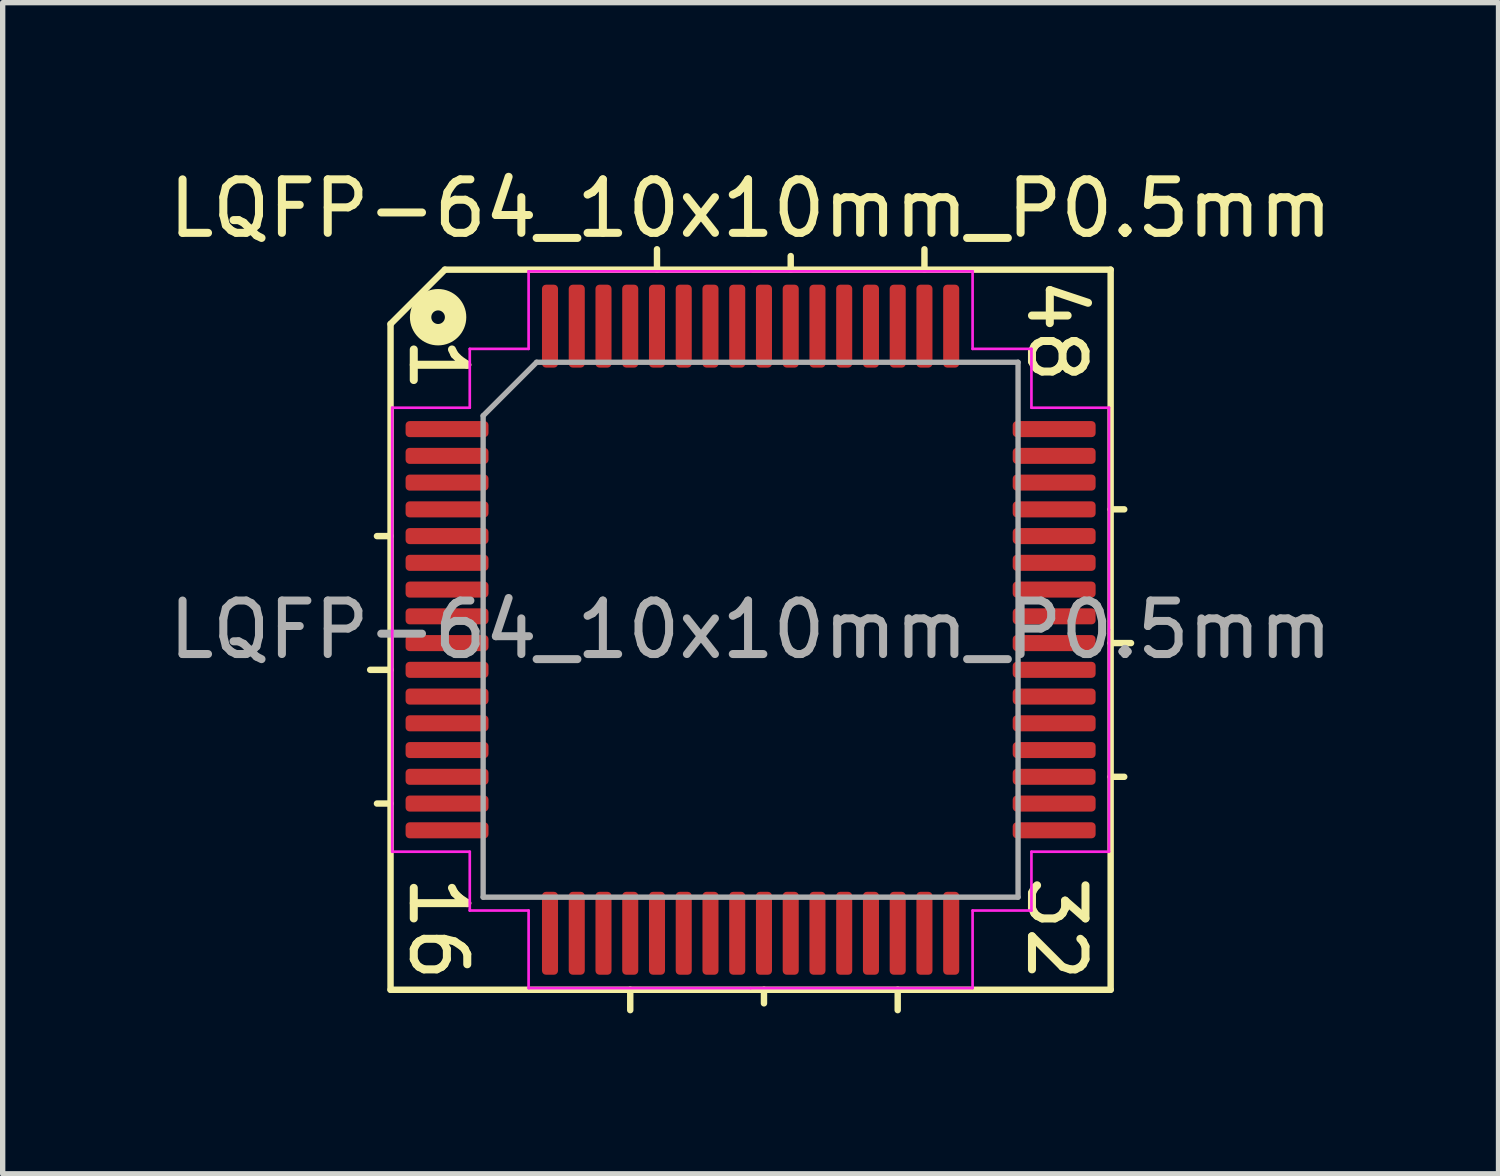
<source format=kicad_pcb>
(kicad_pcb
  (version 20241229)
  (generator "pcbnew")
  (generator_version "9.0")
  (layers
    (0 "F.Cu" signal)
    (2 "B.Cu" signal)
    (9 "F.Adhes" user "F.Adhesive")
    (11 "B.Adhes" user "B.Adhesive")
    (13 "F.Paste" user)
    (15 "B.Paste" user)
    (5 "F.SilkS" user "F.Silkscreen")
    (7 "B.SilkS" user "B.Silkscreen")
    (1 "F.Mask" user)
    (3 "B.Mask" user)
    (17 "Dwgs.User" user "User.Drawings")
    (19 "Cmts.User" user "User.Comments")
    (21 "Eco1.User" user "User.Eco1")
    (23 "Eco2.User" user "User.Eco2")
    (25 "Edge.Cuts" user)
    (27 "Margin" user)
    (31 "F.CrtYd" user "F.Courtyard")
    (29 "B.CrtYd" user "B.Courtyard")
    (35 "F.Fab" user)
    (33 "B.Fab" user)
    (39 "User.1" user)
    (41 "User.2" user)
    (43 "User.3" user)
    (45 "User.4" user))
  (footprint "LQFP-64_10x10mm_P0.5mm"
    (layer "F.Cu")
    (at 10.982 8.722)
    (property "Reference" "LQFP-64_10x10mm_P0.5mm" (at 0 -7.874 0) (layer "F.SilkS") (effects (font (size 1 1) (thickness 0.15))))
    (attr smd)
    (fp_line (start -6.731 -5.715) (end -6.731 6.731) (stroke (width 0.12) (type solid)) (layer "F.SilkS"))
    (fp_line (start -6.731 -1.75) (end -6.985 -1.75) (stroke (width 0.12) (type solid)) (layer "F.SilkS"))
    (fp_line (start -6.731 0.75) (end -7.112 0.75) (stroke (width 0.12) (type solid)) (layer "F.SilkS"))
    (fp_line (start -6.731 3.25) (end -6.985 3.25) (stroke (width 0.12) (type solid)) (layer "F.SilkS"))
    (fp_line (start -6.731 6.731) (end 6.731 6.731) (stroke (width 0.12) (type solid)) (layer "F.SilkS"))
    (fp_line (start -5.715 -6.731) (end -6.731 -5.715) (stroke (width 0.12) (type solid)) (layer "F.SilkS"))
    (fp_line (start -2.25 6.731) (end -2.25 7.112) (stroke (width 0.12) (type solid)) (layer "F.SilkS"))
    (fp_line (start -1.75 -6.731) (end -1.75 -7.112) (stroke (width 0.12) (type solid)) (layer "F.SilkS"))
    (fp_line (start 0.25 6.731) (end 0.25 6.985) (stroke (width 0.12) (type solid)) (layer "F.SilkS"))
    (fp_line (start 0.75 -6.731) (end 0.75 -6.985) (stroke (width 0.12) (type solid)) (layer "F.SilkS"))
    (fp_line (start 2.75 7.112) (end 2.75 6.731) (stroke (width 0.12) (type solid)) (layer "F.SilkS"))
    (fp_line (start 3.25 -6.731) (end 3.25 -7.112) (stroke (width 0.12) (type solid)) (layer "F.SilkS"))
    (fp_line (start 6.731 -6.731) (end -5.715 -6.731) (stroke (width 0.12) (type solid)) (layer "F.SilkS"))
    (fp_line (start 6.731 -2.25) (end 6.985 -2.25) (stroke (width 0.12) (type solid)) (layer "F.SilkS"))
    (fp_line (start 6.731 0.25) (end 7.112 0.25) (stroke (width 0.12) (type solid)) (layer "F.SilkS"))
    (fp_line (start 6.731 2.75) (end 6.985 2.75) (stroke (width 0.12) (type solid)) (layer "F.SilkS"))
    (fp_line (start 6.731 6.731) (end 6.731 -6.731) (stroke (width 0.12) (type solid)) (layer "F.SilkS"))
    (fp_circle (center -5.842 -5.842) (end -5.715 -5.842) (stroke (width 0.4) (type solid)) (fill no) (layer "F.SilkS"))
    (fp_line (start -6.7 -4.15) (end -6.7 0) (stroke (width 0.05) (type solid)) (layer "F.CrtYd"))
    (fp_line (start -6.7 4.15) (end -6.7 0) (stroke (width 0.05) (type solid)) (layer "F.CrtYd"))
    (fp_line (start -5.25 -5.25) (end -5.25 -4.15) (stroke (width 0.05) (type solid)) (layer "F.CrtYd"))
    (fp_line (start -5.25 -4.15) (end -6.7 -4.15) (stroke (width 0.05) (type solid)) (layer "F.CrtYd"))
    (fp_line (start -5.25 4.15) (end -6.7 4.15) (stroke (width 0.05) (type solid)) (layer "F.CrtYd"))
    (fp_line (start -5.25 5.25) (end -5.25 4.15) (stroke (width 0.05) (type solid)) (layer "F.CrtYd"))
    (fp_line (start -4.15 -6.7) (end -4.15 -5.25) (stroke (width 0.05) (type solid)) (layer "F.CrtYd"))
    (fp_line (start -4.15 -5.25) (end -5.25 -5.25) (stroke (width 0.05) (type solid)) (layer "F.CrtYd"))
    (fp_line (start -4.15 5.25) (end -5.25 5.25) (stroke (width 0.05) (type solid)) (layer "F.CrtYd"))
    (fp_line (start -4.15 6.7) (end -4.15 5.25) (stroke (width 0.05) (type solid)) (layer "F.CrtYd"))
    (fp_line (start 0 -6.7) (end -4.15 -6.7) (stroke (width 0.05) (type solid)) (layer "F.CrtYd"))
    (fp_line (start 0 -6.7) (end 4.15 -6.7) (stroke (width 0.05) (type solid)) (layer "F.CrtYd"))
    (fp_line (start 0 6.7) (end -4.15 6.7) (stroke (width 0.05) (type solid)) (layer "F.CrtYd"))
    (fp_line (start 0 6.7) (end 4.15 6.7) (stroke (width 0.05) (type solid)) (layer "F.CrtYd"))
    (fp_line (start 4.15 -6.7) (end 4.15 -5.25) (stroke (width 0.05) (type solid)) (layer "F.CrtYd"))
    (fp_line (start 4.15 -5.25) (end 5.25 -5.25) (stroke (width 0.05) (type solid)) (layer "F.CrtYd"))
    (fp_line (start 4.15 5.25) (end 5.25 5.25) (stroke (width 0.05) (type solid)) (layer "F.CrtYd"))
    (fp_line (start 4.15 6.7) (end 4.15 5.25) (stroke (width 0.05) (type solid)) (layer "F.CrtYd"))
    (fp_line (start 5.25 -5.25) (end 5.25 -4.15) (stroke (width 0.05) (type solid)) (layer "F.CrtYd"))
    (fp_line (start 5.25 -4.15) (end 6.7 -4.15) (stroke (width 0.05) (type solid)) (layer "F.CrtYd"))
    (fp_line (start 5.25 4.15) (end 6.7 4.15) (stroke (width 0.05) (type solid)) (layer "F.CrtYd"))
    (fp_line (start 5.25 5.25) (end 5.25 4.15) (stroke (width 0.05) (type solid)) (layer "F.CrtYd"))
    (fp_line (start 6.7 -4.15) (end 6.7 0) (stroke (width 0.05) (type solid)) (layer "F.CrtYd"))
    (fp_line (start 6.7 4.15) (end 6.7 0) (stroke (width 0.05) (type solid)) (layer "F.CrtYd"))
    (fp_line (start -5 -4) (end -4 -5) (stroke (width 0.1) (type solid)) (layer "F.Fab"))
    (fp_line (start -5 5) (end -5 -4) (stroke (width 0.1) (type solid)) (layer "F.Fab"))
    (fp_line (start -4 -5) (end 5 -5) (stroke (width 0.1) (type solid)) (layer "F.Fab"))
    (fp_line (start 5 -5) (end 5 5) (stroke (width 0.1) (type solid)) (layer "F.Fab"))
    (fp_line (start 5 5) (end -5 5) (stroke (width 0.1) (type solid)) (layer "F.Fab"))
    (fp_text user "16" (at -5.842 5.588 270) (unlocked yes) (layer "F.SilkS") (effects (font (size 1 1) (thickness 0.15))))
    (fp_text user "48" (at 5.715 -5.588 270) (unlocked yes) (layer "F.SilkS") (effects (font (size 1 1) (thickness 0.15))))
    (fp_text user "1" (at -5.842 -4.953 270) (unlocked yes) (layer "F.SilkS") (effects (font (size 1 1) (thickness 0.15))))
    (fp_text user "32" (at 5.715 5.588 270) (unlocked yes) (layer "F.SilkS") (effects (font (size 1 1) (thickness 0.15))))
    (fp_text user "${REFERENCE}" (at 0 0 0) (layer "F.Fab") (effects (font (size 1 1) (thickness 0.15))))
    (pad "1" smd roundrect (at -5.675 -3.75) (size 1.55 0.3) (layers "F.Cu" "F.Mask" "F.Paste") (roundrect_rratio 0.25))
    (pad "2" smd roundrect (at -5.675 -3.25) (size 1.55 0.3) (layers "F.Cu" "F.Mask" "F.Paste") (roundrect_rratio 0.25))
    (pad "3" smd roundrect (at -5.675 -2.75) (size 1.55 0.3) (layers "F.Cu" "F.Mask" "F.Paste") (roundrect_rratio 0.25))
    (pad "4" smd roundrect (at -5.675 -2.25) (size 1.55 0.3) (layers "F.Cu" "F.Mask" "F.Paste") (roundrect_rratio 0.25))
    (pad "5" smd roundrect (at -5.675 -1.75) (size 1.55 0.3) (layers "F.Cu" "F.Mask" "F.Paste") (roundrect_rratio 0.25))
    (pad "6" smd roundrect (at -5.675 -1.25) (size 1.55 0.3) (layers "F.Cu" "F.Mask" "F.Paste") (roundrect_rratio 0.25))
    (pad "7" smd roundrect (at -5.675 -0.75) (size 1.55 0.3) (layers "F.Cu" "F.Mask" "F.Paste") (roundrect_rratio 0.25))
    (pad "8" smd roundrect (at -5.675 -0.25) (size 1.55 0.3) (layers "F.Cu" "F.Mask" "F.Paste") (roundrect_rratio 0.25))
    (pad "9" smd roundrect (at -5.675 0.25) (size 1.55 0.3) (layers "F.Cu" "F.Mask" "F.Paste") (roundrect_rratio 0.25))
    (pad "10" smd roundrect (at -5.675 0.75) (size 1.55 0.3) (layers "F.Cu" "F.Mask" "F.Paste") (roundrect_rratio 0.25))
    (pad "11" smd roundrect (at -5.675 1.25) (size 1.55 0.3) (layers "F.Cu" "F.Mask" "F.Paste") (roundrect_rratio 0.25))
    (pad "12" smd roundrect (at -5.675 1.75) (size 1.55 0.3) (layers "F.Cu" "F.Mask" "F.Paste") (roundrect_rratio 0.25))
    (pad "13" smd roundrect (at -5.675 2.25) (size 1.55 0.3) (layers "F.Cu" "F.Mask" "F.Paste") (roundrect_rratio 0.25))
    (pad "14" smd roundrect (at -5.675 2.75) (size 1.55 0.3) (layers "F.Cu" "F.Mask" "F.Paste") (roundrect_rratio 0.25))
    (pad "15" smd roundrect (at -5.675 3.25) (size 1.55 0.3) (layers "F.Cu" "F.Mask" "F.Paste") (roundrect_rratio 0.25))
    (pad "16" smd roundrect (at -5.675 3.75) (size 1.55 0.3) (layers "F.Cu" "F.Mask" "F.Paste") (roundrect_rratio 0.25))
    (pad "17" smd roundrect (at -3.75 5.675) (size 0.3 1.55) (layers "F.Cu" "F.Mask" "F.Paste") (roundrect_rratio 0.25))
    (pad "18" smd roundrect (at -3.25 5.675) (size 0.3 1.55) (layers "F.Cu" "F.Mask" "F.Paste") (roundrect_rratio 0.25))
    (pad "19" smd roundrect (at -2.75 5.675) (size 0.3 1.55) (layers "F.Cu" "F.Mask" "F.Paste") (roundrect_rratio 0.25))
    (pad "20" smd roundrect (at -2.25 5.675) (size 0.3 1.55) (layers "F.Cu" "F.Mask" "F.Paste") (roundrect_rratio 0.25))
    (pad "21" smd roundrect (at -1.75 5.675) (size 0.3 1.55) (layers "F.Cu" "F.Mask" "F.Paste") (roundrect_rratio 0.25))
    (pad "22" smd roundrect (at -1.25 5.675) (size 0.3 1.55) (layers "F.Cu" "F.Mask" "F.Paste") (roundrect_rratio 0.25))
    (pad "23" smd roundrect (at -0.75 5.675) (size 0.3 1.55) (layers "F.Cu" "F.Mask" "F.Paste") (roundrect_rratio 0.25))
    (pad "24" smd roundrect (at -0.25 5.675) (size 0.3 1.55) (layers "F.Cu" "F.Mask" "F.Paste") (roundrect_rratio 0.25))
    (pad "25" smd roundrect (at 0.25 5.675) (size 0.3 1.55) (layers "F.Cu" "F.Mask" "F.Paste") (roundrect_rratio 0.25))
    (pad "26" smd roundrect (at 0.75 5.675) (size 0.3 1.55) (layers "F.Cu" "F.Mask" "F.Paste") (roundrect_rratio 0.25))
    (pad "27" smd roundrect (at 1.25 5.675) (size 0.3 1.55) (layers "F.Cu" "F.Mask" "F.Paste") (roundrect_rratio 0.25))
    (pad "28" smd roundrect (at 1.75 5.675) (size 0.3 1.55) (layers "F.Cu" "F.Mask" "F.Paste") (roundrect_rratio 0.25))
    (pad "29" smd roundrect (at 2.25 5.675) (size 0.3 1.55) (layers "F.Cu" "F.Mask" "F.Paste") (roundrect_rratio 0.25))
    (pad "30" smd roundrect (at 2.75 5.675) (size 0.3 1.55) (layers "F.Cu" "F.Mask" "F.Paste") (roundrect_rratio 0.25))
    (pad "31" smd roundrect (at 3.25 5.675) (size 0.3 1.55) (layers "F.Cu" "F.Mask" "F.Paste") (roundrect_rratio 0.25))
    (pad "32" smd roundrect (at 3.75 5.675) (size 0.3 1.55) (layers "F.Cu" "F.Mask" "F.Paste") (roundrect_rratio 0.25))
    (pad "33" smd roundrect (at 5.675 3.75) (size 1.55 0.3) (layers "F.Cu" "F.Mask" "F.Paste") (roundrect_rratio 0.25))
    (pad "34" smd roundrect (at 5.675 3.25) (size 1.55 0.3) (layers "F.Cu" "F.Mask" "F.Paste") (roundrect_rratio 0.25))
    (pad "35" smd roundrect (at 5.675 2.75) (size 1.55 0.3) (layers "F.Cu" "F.Mask" "F.Paste") (roundrect_rratio 0.25))
    (pad "36" smd roundrect (at 5.675 2.25) (size 1.55 0.3) (layers "F.Cu" "F.Mask" "F.Paste") (roundrect_rratio 0.25))
    (pad "37" smd roundrect (at 5.675 1.75) (size 1.55 0.3) (layers "F.Cu" "F.Mask" "F.Paste") (roundrect_rratio 0.25))
    (pad "38" smd roundrect (at 5.675 1.25) (size 1.55 0.3) (layers "F.Cu" "F.Mask" "F.Paste") (roundrect_rratio 0.25))
    (pad "39" smd roundrect (at 5.675 0.75) (size 1.55 0.3) (layers "F.Cu" "F.Mask" "F.Paste") (roundrect_rratio 0.25))
    (pad "40" smd roundrect (at 5.675 0.25) (size 1.55 0.3) (layers "F.Cu" "F.Mask" "F.Paste") (roundrect_rratio 0.25))
    (pad "41" smd roundrect (at 5.675 -0.25) (size 1.55 0.3) (layers "F.Cu" "F.Mask" "F.Paste") (roundrect_rratio 0.25))
    (pad "42" smd roundrect (at 5.675 -0.75) (size 1.55 0.3) (layers "F.Cu" "F.Mask" "F.Paste") (roundrect_rratio 0.25))
    (pad "43" smd roundrect (at 5.675 -1.25) (size 1.55 0.3) (layers "F.Cu" "F.Mask" "F.Paste") (roundrect_rratio 0.25))
    (pad "44" smd roundrect (at 5.675 -1.75) (size 1.55 0.3) (layers "F.Cu" "F.Mask" "F.Paste") (roundrect_rratio 0.25))
    (pad "45" smd roundrect (at 5.675 -2.25) (size 1.55 0.3) (layers "F.Cu" "F.Mask" "F.Paste") (roundrect_rratio 0.25))
    (pad "46" smd roundrect (at 5.675 -2.75) (size 1.55 0.3) (layers "F.Cu" "F.Mask" "F.Paste") (roundrect_rratio 0.25))
    (pad "47" smd roundrect (at 5.675 -3.25) (size 1.55 0.3) (layers "F.Cu" "F.Mask" "F.Paste") (roundrect_rratio 0.25))
    (pad "48" smd roundrect (at 5.675 -3.75) (size 1.55 0.3) (layers "F.Cu" "F.Mask" "F.Paste") (roundrect_rratio 0.25))
    (pad "49" smd roundrect (at 3.75 -5.675) (size 0.3 1.55) (layers "F.Cu" "F.Mask" "F.Paste") (roundrect_rratio 0.25))
    (pad "50" smd roundrect (at 3.25 -5.675) (size 0.3 1.55) (layers "F.Cu" "F.Mask" "F.Paste") (roundrect_rratio 0.25))
    (pad "51" smd roundrect (at 2.75 -5.675) (size 0.3 1.55) (layers "F.Cu" "F.Mask" "F.Paste") (roundrect_rratio 0.25))
    (pad "52" smd roundrect (at 2.25 -5.675) (size 0.3 1.55) (layers "F.Cu" "F.Mask" "F.Paste") (roundrect_rratio 0.25))
    (pad "53" smd roundrect (at 1.75 -5.675) (size 0.3 1.55) (layers "F.Cu" "F.Mask" "F.Paste") (roundrect_rratio 0.25))
    (pad "54" smd roundrect (at 1.25 -5.675) (size 0.3 1.55) (layers "F.Cu" "F.Mask" "F.Paste") (roundrect_rratio 0.25))
    (pad "55" smd roundrect (at 0.75 -5.675) (size 0.3 1.55) (layers "F.Cu" "F.Mask" "F.Paste") (roundrect_rratio 0.25))
    (pad "56" smd roundrect (at 0.25 -5.675) (size 0.3 1.55) (layers "F.Cu" "F.Mask" "F.Paste") (roundrect_rratio 0.25))
    (pad "57" smd roundrect (at -0.25 -5.675) (size 0.3 1.55) (layers "F.Cu" "F.Mask" "F.Paste") (roundrect_rratio 0.25))
    (pad "58" smd roundrect (at -0.75 -5.675) (size 0.3 1.55) (layers "F.Cu" "F.Mask" "F.Paste") (roundrect_rratio 0.25))
    (pad "59" smd roundrect (at -1.25 -5.675) (size 0.3 1.55) (layers "F.Cu" "F.Mask" "F.Paste") (roundrect_rratio 0.25))
    (pad "60" smd roundrect (at -1.75 -5.675) (size 0.3 1.55) (layers "F.Cu" "F.Mask" "F.Paste") (roundrect_rratio 0.25))
    (pad "61" smd roundrect (at -2.25 -5.675) (size 0.3 1.55) (layers "F.Cu" "F.Mask" "F.Paste") (roundrect_rratio 0.25))
    (pad "62" smd roundrect (at -2.75 -5.675) (size 0.3 1.55) (layers "F.Cu" "F.Mask" "F.Paste") (roundrect_rratio 0.25))
    (pad "63" smd roundrect (at -3.25 -5.675) (size 0.3 1.55) (layers "F.Cu" "F.Mask" "F.Paste") (roundrect_rratio 0.25))
    (pad "64" smd roundrect (at -3.75 -5.675) (size 0.3 1.55) (layers "F.Cu" "F.Mask" "F.Paste") (roundrect_rratio 0.25)))
  (gr_rect
    (start -3 -3)
    (end 24.964 18.894)
    (stroke (width 0.1) (type default))
    (fill no)
    (layer "Edge.Cuts")))
</source>
